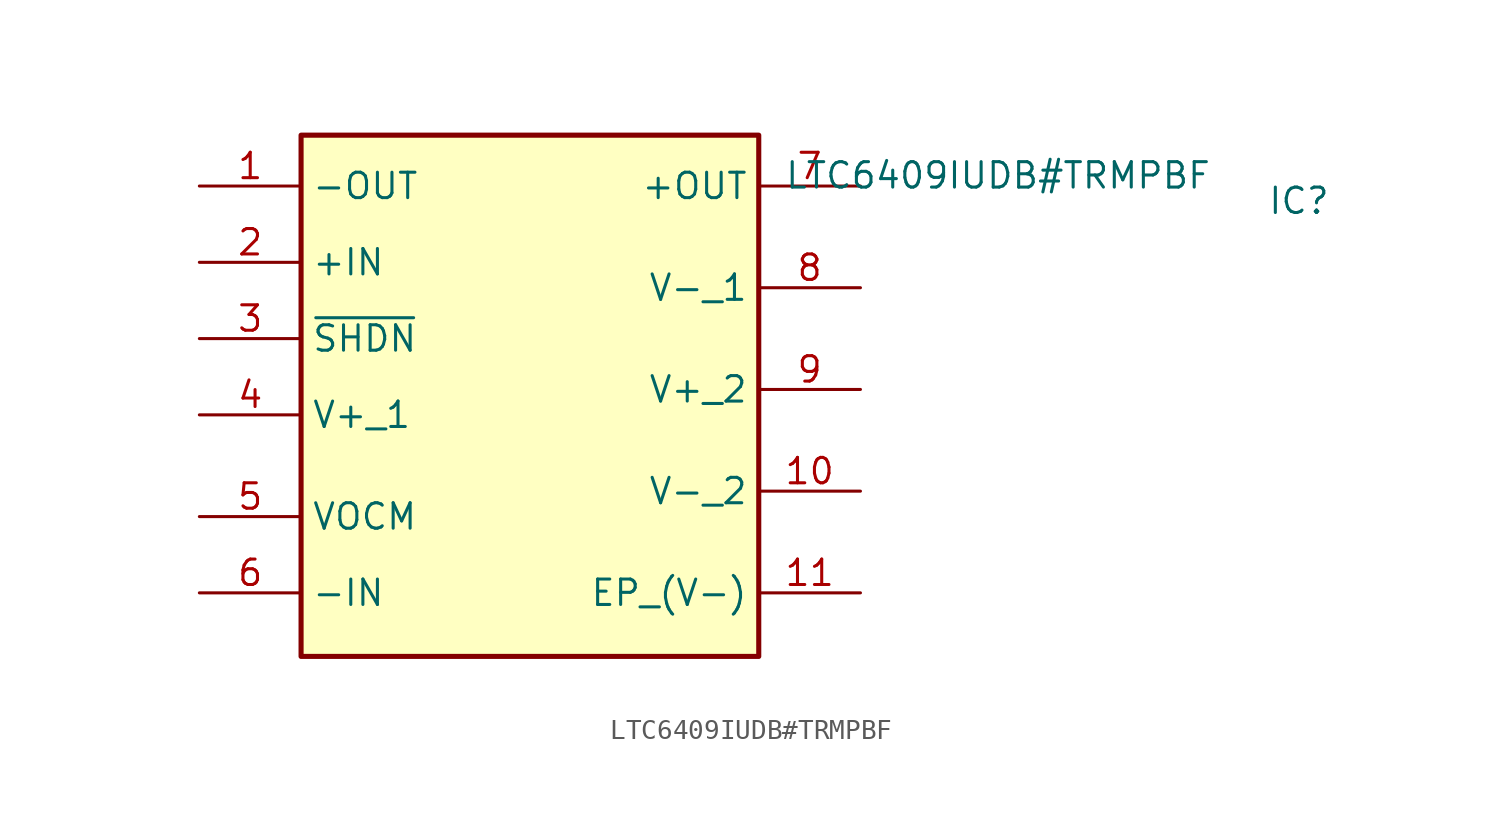
<source format=kicad_sym>
(kicad_symbol_lib
  (version 20231120)
  (generator "kicad_symbol_editor")
  (generator_version "8.0")
  (symbol "LTC6409IUDB#TRMPBF"
    (property "Reference" "IC"
      (at 53.34 0 0)
      (effects (font (size 1.27 1.27)) (justify left top)))
    (property "Value" "LTC6409IUDB#TRMPBF"
      (at 29.21 1.27 0)
      (effects (font (size 1.27 1.27)) (justify left top)))
    (symbol "LTC6409IUDB#TRMPBF_1_1"
      (rectangle (start 5.08 2.54) (end 27.94 -23.495) (stroke (width 0.254) (type default)) (fill (type background)))
      (pin passive line (at 0 0 0) (length 5.08) (name "-OUT" (effects (font (size 1.27 1.27)))) (number "1" (effects (font (size 1.27 1.27)))))
      (pin passive line (at 33.02 -15.24 180) (length 5.08) (name "V-_2" (effects (font (size 1.27 1.27)))) (number "10" (effects (font (size 1.27 1.27)))))
      (pin passive line (at 33.02 -20.32 180) (length 5.08) (name "EP_(V-)" (effects (font (size 1.27 1.27)))) (number "11" (effects (font (size 1.27 1.27)))))
      (pin passive line (at 0 -3.81 0) (length 5.08) (name "+IN" (effects (font (size 1.27 1.27)))) (number "2" (effects (font (size 1.27 1.27)))))
      (pin passive line (at 0 -7.62 0) (length 5.08) (name "~{SHDN}" (effects (font (size 1.27 1.27)))) (number "3" (effects (font (size 1.27 1.27)))))
      (pin passive line (at 0 -11.43 0) (length 5.08) (name "V+_1" (effects (font (size 1.27 1.27)))) (number "4" (effects (font (size 1.27 1.27)))))
      (pin passive line (at 0 -16.51 0) (length 5.08) (name "VOCM" (effects (font (size 1.27 1.27)))) (number "5" (effects (font (size 1.27 1.27)))))
      (pin passive line (at 0 -20.32 0) (length 5.08) (name "-IN" (effects (font (size 1.27 1.27)))) (number "6" (effects (font (size 1.27 1.27)))))
      (pin passive line (at 33.02 0 180) (length 5.08) (name "+OUT" (effects (font (size 1.27 1.27)))) (number "7" (effects (font (size 1.27 1.27)))))
      (pin passive line (at 33.02 -5.08 180) (length 5.08) (name "V-_1" (effects (font (size 1.27 1.27)))) (number "8" (effects (font (size 1.27 1.27)))))
      (pin passive line (at 33.02 -10.16 180) (length 5.08) (name "V+_2" (effects (font (size 1.27 1.27)))) (number "9" (effects (font (size 1.27 1.27))))))))
</source>
